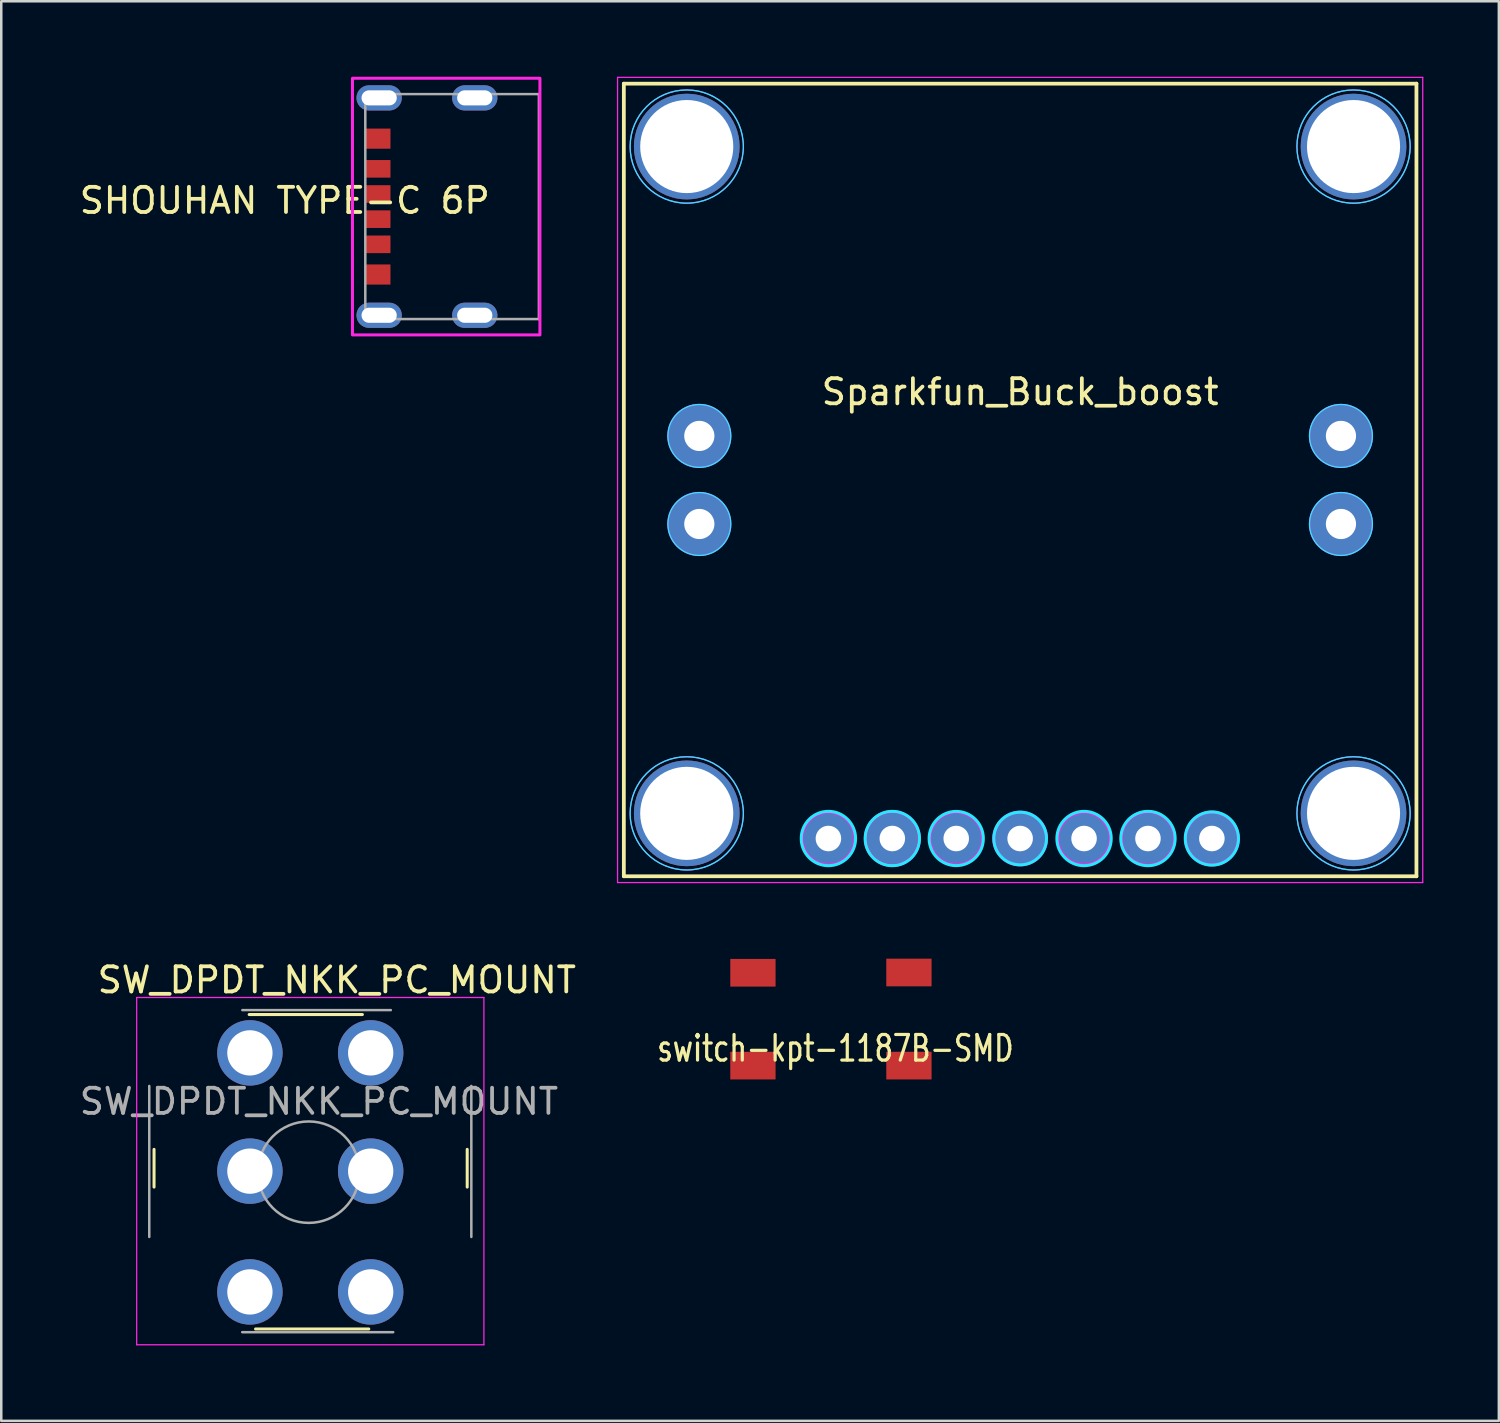
<source format=kicad_pcb>
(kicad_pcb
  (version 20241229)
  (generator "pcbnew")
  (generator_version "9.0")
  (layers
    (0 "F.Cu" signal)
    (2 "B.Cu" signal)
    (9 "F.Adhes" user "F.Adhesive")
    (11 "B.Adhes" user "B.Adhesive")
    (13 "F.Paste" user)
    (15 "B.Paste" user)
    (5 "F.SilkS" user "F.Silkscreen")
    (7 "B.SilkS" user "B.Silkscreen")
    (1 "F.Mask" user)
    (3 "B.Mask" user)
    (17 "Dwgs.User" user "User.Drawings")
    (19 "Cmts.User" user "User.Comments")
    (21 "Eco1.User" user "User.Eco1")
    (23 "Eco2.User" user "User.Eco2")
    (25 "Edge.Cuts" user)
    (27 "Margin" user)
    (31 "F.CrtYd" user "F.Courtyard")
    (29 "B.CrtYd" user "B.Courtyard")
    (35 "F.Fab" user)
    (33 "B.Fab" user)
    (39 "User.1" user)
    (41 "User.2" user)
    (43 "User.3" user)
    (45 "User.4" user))
  (footprint "switch-kpt-1187B-SMD"
    (layer "F.Cu")
    (at 30.253 37.59)
    (property "Reference" "switch-kpt-1187B-SMD" (at -0.102 1.026 0) (layer "F.SilkS") (effects (font (size 1.016 0.762) (thickness 0.127))))
    (attr through_hole)
    (pad "1" smd rect (at -3.38 -1.98) (size 1.8 1.1) (layers "F.Cu" "F.Mask" "F.Paste"))
    (pad "2" smd rect (at -3.38 1.71) (size 1.8 1.1) (layers "F.Cu" "F.Mask" "F.Paste"))
    (pad "3" smd rect (at 2.82 -1.99) (size 1.8 1.1) (layers "F.Cu" "F.Mask" "F.Paste"))
    (pad "4" smd rect (at 2.82 1.71) (size 1.8 1.1) (layers "F.Cu" "F.Mask" "F.Paste")))
  (footprint "Sparkfun_Buck_boost"
    (layer "F.Cu")
    (at 37.493 16.025)
    (property "Reference" "Sparkfun_Buck_boost" (at 0 -3.5 0) (layer "F.SilkS") (effects (font (size 1 1) (thickness 0.15))))
    (attr through_hole)
    (fp_line (start -15.75 -15.75) (end 15.75 -15.75) (stroke (width 0.15) (type solid)) (layer "F.SilkS"))
    (fp_line (start -15.75 15.75) (end -15.75 -15.75) (stroke (width 0.15) (type solid)) (layer "F.SilkS"))
    (fp_line (start 15.75 -15.75) (end 15.75 15.75) (stroke (width 0.15) (type solid)) (layer "F.SilkS"))
    (fp_line (start 15.75 15.75) (end -15.75 15.75) (stroke (width 0.15) (type solid)) (layer "F.SilkS"))
    (fp_circle (center -13.25 -13.25) (end -11 -13.25) (stroke (width 0.05) (type default)) (fill no) (layer "B.CrtYd"))
    (fp_circle (center -13.25 13.25) (end -11 13.25) (stroke (width 0.05) (type default)) (fill no) (layer "B.CrtYd"))
    (fp_circle (center -12.75 -1.75) (end -11.5 -1.75) (stroke (width 0.05) (type default)) (fill no) (layer "B.CrtYd"))
    (fp_circle (center -12.75 1.75) (end -11.5 1.75) (stroke (width 0.05) (type default)) (fill no) (layer "B.CrtYd"))
    (fp_circle (center -7.62 14.25) (end -8.331 15.063) (stroke (width 0.12) (type solid)) (fill no) (layer "B.CrtYd"))
    (fp_circle (center -5.08 14.25) (end -5.791 15.063) (stroke (width 0.12) (type solid)) (fill no) (layer "B.CrtYd"))
    (fp_circle (center -2.54 14.25) (end -3.302 15.012) (stroke (width 0.12) (type solid)) (fill no) (layer "B.CrtYd"))
    (fp_circle (center 0 14.25) (end -0.813 14.91) (stroke (width 0.12) (type solid)) (fill no) (layer "B.CrtYd"))
    (fp_circle (center 2.54 14.25) (end 1.727 14.961) (stroke (width 0.12) (type solid)) (fill no) (layer "B.CrtYd"))
    (fp_circle (center 5.08 14.25) (end 4.369 15.063) (stroke (width 0.12) (type solid)) (fill no) (layer "B.CrtYd"))
    (fp_circle (center 7.62 14.25) (end 7.01 15.114) (stroke (width 0.12) (type solid)) (fill no) (layer "B.CrtYd"))
    (fp_circle (center 12.75 -1.75) (end 11.5 -1.75) (stroke (width 0.05) (type default)) (fill no) (layer "B.CrtYd"))
    (fp_circle (center 12.75 1.75) (end 11.5 1.75) (stroke (width 0.05) (type default)) (fill no) (layer "B.CrtYd"))
    (fp_circle (center 13.25 -13.25) (end 11 -13.25) (stroke (width 0.05) (type default)) (fill no) (layer "B.CrtYd"))
    (fp_circle (center 13.25 13.25) (end 11 13.25) (stroke (width 0.05) (type default)) (fill no) (layer "B.CrtYd"))
    (fp_line (start -16 -16) (end 16 -16) (stroke (width 0.05) (type default)) (layer "F.CrtYd"))
    (fp_line (start -16 16) (end -16 -16) (stroke (width 0.05) (type default)) (layer "F.CrtYd"))
    (fp_line (start 16 -16) (end 16 16) (stroke (width 0.05) (type default)) (layer "F.CrtYd"))
    (fp_line (start 16 16) (end -16 16) (stroke (width 0.05) (type default)) (layer "F.CrtYd"))
    (fp_circle (center -13.25 -13.25) (end -11 -13.25) (stroke (width 0.05) (type default)) (fill no) (layer "F.CrtYd"))
    (fp_circle (center -13.25 13.25) (end -11 13.25) (stroke (width 0.05) (type default)) (fill no) (layer "F.CrtYd"))
    (fp_circle (center -12.75 -1.75) (end -11.5 -1.75) (stroke (width 0.05) (type default)) (fill no) (layer "F.CrtYd"))
    (fp_circle (center -12.75 1.75) (end -11.75 1) (stroke (width 0.05) (type default)) (fill no) (layer "F.CrtYd"))
    (fp_circle (center -7.62 14.25) (end -8.636 14.504) (stroke (width 0.12) (type solid)) (fill no) (layer "F.CrtYd"))
    (fp_circle (center -5.08 14.25) (end -5.994 14.809) (stroke (width 0.12) (type solid)) (fill no) (layer "F.CrtYd"))
    (fp_circle (center -2.54 14.25) (end -3.454 14.758) (stroke (width 0.12) (type solid)) (fill no) (layer "F.CrtYd"))
    (fp_circle (center 0 14.25) (end -0.813 14.91) (stroke (width 0.12) (type solid)) (fill no) (layer "F.CrtYd"))
    (fp_circle (center 2.54 14.25) (end 1.829 15.012) (stroke (width 0.12) (type solid)) (fill no) (layer "F.CrtYd"))
    (fp_circle (center 5.08 14.25) (end 4.216 14.86) (stroke (width 0.12) (type solid)) (fill no) (layer "F.CrtYd"))
    (fp_circle (center 7.62 14.25) (end 6.807 14.91) (stroke (width 0.12) (type solid)) (fill no) (layer "F.CrtYd"))
    (fp_circle (center 12.75 -1.75) (end 13.75 -2.5) (stroke (width 0.05) (type default)) (fill no) (layer "F.CrtYd"))
    (fp_circle (center 12.75 1.75) (end 13.75 1) (stroke (width 0.05) (type default)) (fill no) (layer "F.CrtYd"))
    (fp_circle (center 13.25 -13.25) (end 15.5 -13.25) (stroke (width 0.05) (type default)) (fill no) (layer "F.CrtYd"))
    (fp_circle (center 13.25 13.25) (end 15.5 13.25) (stroke (width 0.05) (type default)) (fill no) (layer "F.CrtYd"))
    (pad "1" thru_hole circle (at -12.75 -1.75) (size 2.5 2.5) (drill 1.2) (layers "*.Cu" "*.Mask"))
    (pad "2" thru_hole circle (at -12.75 1.75) (size 2.5 2.5) (drill 1.2) (layers "*.Cu" "*.Mask"))
    (pad "3" thru_hole circle (at -7.62 14.25) (size 2.032 2.032) (drill 1.016) (layers "*.Cu" "*.Mask"))
    (pad "4" thru_hole circle (at -5.08 14.25) (size 2.032 2.032) (drill 1.016) (layers "*.Cu" "*.Mask"))
    (pad "5" thru_hole circle (at -2.54 14.25) (size 2.032 2.032) (drill 1.016) (layers "*.Cu" "*.Mask"))
    (pad "6" thru_hole circle (at 0 14.25) (size 2.032 2.032) (drill 1.016) (layers "*.Cu" "*.Mask"))
    (pad "7" thru_hole circle (at 2.54 14.25) (size 2.032 2.032) (drill 1.016) (layers "*.Cu" "*.Mask"))
    (pad "8" thru_hole circle (at 5.08 14.25) (size 2.032 2.032) (drill 1.016) (layers "*.Cu" "*.Mask"))
    (pad "9" thru_hole circle (at 7.62 14.25) (size 2.032 2.032) (drill 1.016) (layers "*.Cu" "*.Mask"))
    (pad "10" thru_hole circle (at 12.75 1.75) (size 2.5 2.5) (drill 1.2) (layers "*.Cu" "*.Mask"))
    (pad "11" thru_hole circle (at 12.75 -1.75) (size 2.5 2.5) (drill 1.2) (layers "*.Cu" "*.Mask"))
    (pad "H1" thru_hole circle (at -13.25 -13.25) (size 4.2 4.2) (drill 3.7) (layers "*.Cu" "*.Mask"))
    (pad "H1" thru_hole circle (at -13.25 13.25) (size 4.2 4.2) (drill 3.7) (layers "*.Cu" "*.Mask"))
    (pad "H1" thru_hole circle (at 13.25 -13.25) (size 4.2 4.2) (drill 3.7) (layers "*.Cu" "*.Mask"))
    (pad "H1" thru_hole circle (at 13.25 13.25) (size 4.2 4.2) (drill 3.7) (layers "*.Cu" "*.Mask")))
  (footprint "SW_DPDT_NKK_PC_MOUNT"
    (layer "F.Cu")
    (at 6.882 38.794)
    (property "Reference" "SW_DPDT_NKK_PC_MOUNT" (at 3.454 -2.896 0) (layer "F.SilkS") (effects (font (size 1 1) (thickness 0.15))))
    (attr through_hole)
    (fp_line (start -3.81 3.834) (end -3.81 5.334) (stroke (width 0.12) (type solid)) (layer "F.SilkS"))
    (fp_line (start 0.224 10.973) (end 4.724 10.973) (stroke (width 0.12) (type solid)) (layer "F.SilkS"))
    (fp_line (start 4.47 -1.524) (end -0.03 -1.524) (stroke (width 0.12) (type solid)) (layer "F.SilkS"))
    (fp_line (start 8.636 5.334) (end 8.636 3.834) (stroke (width 0.12) (type solid)) (layer "F.SilkS"))
    (fp_line (start -4.5 -2.2) (end 9.3 -2.2) (stroke (width 0.05) (type solid)) (layer "F.CrtYd"))
    (fp_line (start -4.5 11.6) (end -4.5 -2.2) (stroke (width 0.05) (type solid)) (layer "F.CrtYd"))
    (fp_line (start 9.3 -2.2) (end 9.3 11.6) (stroke (width 0.05) (type solid)) (layer "F.CrtYd"))
    (fp_line (start 9.3 11.6) (end -4.5 11.6) (stroke (width 0.05) (type solid)) (layer "F.CrtYd"))
    (fp_line (start -4 7.315) (end -4 1.315) (stroke (width 0.1) (type solid)) (layer "F.Fab"))
    (fp_line (start -0.3 -1.7) (end 5.6 -1.7) (stroke (width 0.1) (type solid)) (layer "F.Fab"))
    (fp_line (start 5.695 11.1) (end -0.305 11.1) (stroke (width 0.1) (type solid)) (layer "F.Fab"))
    (fp_line (start 8.8 1.315) (end 8.8 7.315) (stroke (width 0.1) (type solid)) (layer "F.Fab"))
    (fp_circle (center 2.337 4.741) (end 0.337 4.991) (stroke (width 0.1) (type solid)) (fill no) (layer "F.Fab"))
    (fp_text user "${REFERENCE}" (at 2.743 1.93 0) (layer "F.Fab") (effects (font (size 1 1) (thickness 0.15))))
    (pad "1" thru_hole circle (at 0 9.5 90) (size 2.6 2.6) (drill 1.8) (layers "*.Cu" "*.Mask"))
    (pad "2" thru_hole circle (at 0 4.7 90) (size 2.6 2.6) (drill 1.8) (layers "*.Cu" "*.Mask"))
    (pad "3" thru_hole circle (at 0 0 90) (size 2.6 2.6) (drill 1.8) (layers "*.Cu" "*.Mask"))
    (pad "4" thru_hole circle (at 4.8 9.5 90) (size 2.6 2.6) (drill 1.8) (layers "*.Cu" "*.Mask"))
    (pad "5" thru_hole circle (at 4.8 4.7 90) (size 2.6 2.6) (drill 1.8) (layers "*.Cu" "*.Mask"))
    (pad "6" thru_hole circle (at 4.8 0 90) (size 2.6 2.6) (drill 1.8) (layers "*.Cu" "*.Mask")))
  (footprint "SHOUHAN TYPE-C 6P"
    (layer "F.Cu")
    (at 11.858 5.16)
    (property "Reference" "SHOUHAN TYPE-C 6P" (at -3.59 -0.24 0) (unlocked yes) (layer "F.SilkS") (effects (font (size 1 1) (thickness 0.15))))
    (attr smd)
    (fp_rect (start -0.9 -5.1) (end 6.55 5.1) (stroke (width 0.12) (type solid)) (fill no) (layer "F.CrtYd"))
    (fp_line (start -0.39 -4.47) (end -0.39 4.47) (stroke (width 0.1) (type solid)) (layer "F.Fab"))
    (fp_line (start -0.39 4.47) (end 6.51 4.47) (stroke (width 0.1) (type solid)) (layer "F.Fab"))
    (fp_line (start 6.51 -4.47) (end -0.39 -4.47) (stroke (width 0.1) (type solid)) (layer "F.Fab"))
    (fp_line (start 6.51 -4.47) (end 6.51 4.47) (stroke (width 0.1) (type solid)) (layer "F.Fab"))
    (pad "A5" smd rect (at 0.11 0.5) (size 1 0.7) (layers "F.Cu" "F.Mask" "F.Paste"))
    (pad "A9" smd rect (at 0.11 -1.5) (size 1 0.7) (layers "F.Cu" "F.Mask" "F.Paste"))
    (pad "A12" smd rect (at 0.11 -2.7) (size 1 0.8) (layers "F.Cu" "F.Mask" "F.Paste"))
    (pad "B5" smd rect (at 0.11 -0.5) (size 1 0.7) (layers "F.Cu" "F.Mask" "F.Paste"))
    (pad "B9" smd rect (at 0.11 1.5) (size 1 0.7) (layers "F.Cu" "F.Mask" "F.Paste"))
    (pad "B12" smd rect (at 0.11 2.7) (size 1 0.8) (layers "F.Cu" "F.Mask" "F.Paste"))
    (pad "S1" thru_hole oval (at 0.16 -4.32) (size 1.8 1) (drill oval 1.4 0.6) (layers "*.Cu" "*.Mask"))
    (pad "S1" thru_hole oval (at 0.16 4.32) (size 1.8 1) (drill oval 1.4 0.6) (layers "*.Cu" "*.Mask"))
    (pad "S1" thru_hole oval (at 3.96 -4.32) (size 1.8 1) (drill oval 1.4 0.6) (layers "*.Cu" "*.Mask"))
    (pad "S1" thru_hole oval (at 3.96 4.32) (size 1.8 1) (drill oval 1.4 0.6) (layers "*.Cu" "*.Mask")))
  (gr_rect
    (start -3 -3)
    (end 56.518 53.419)
    (stroke (width 0.1) (type default))
    (fill no)
    (layer "Edge.Cuts")))
</source>
